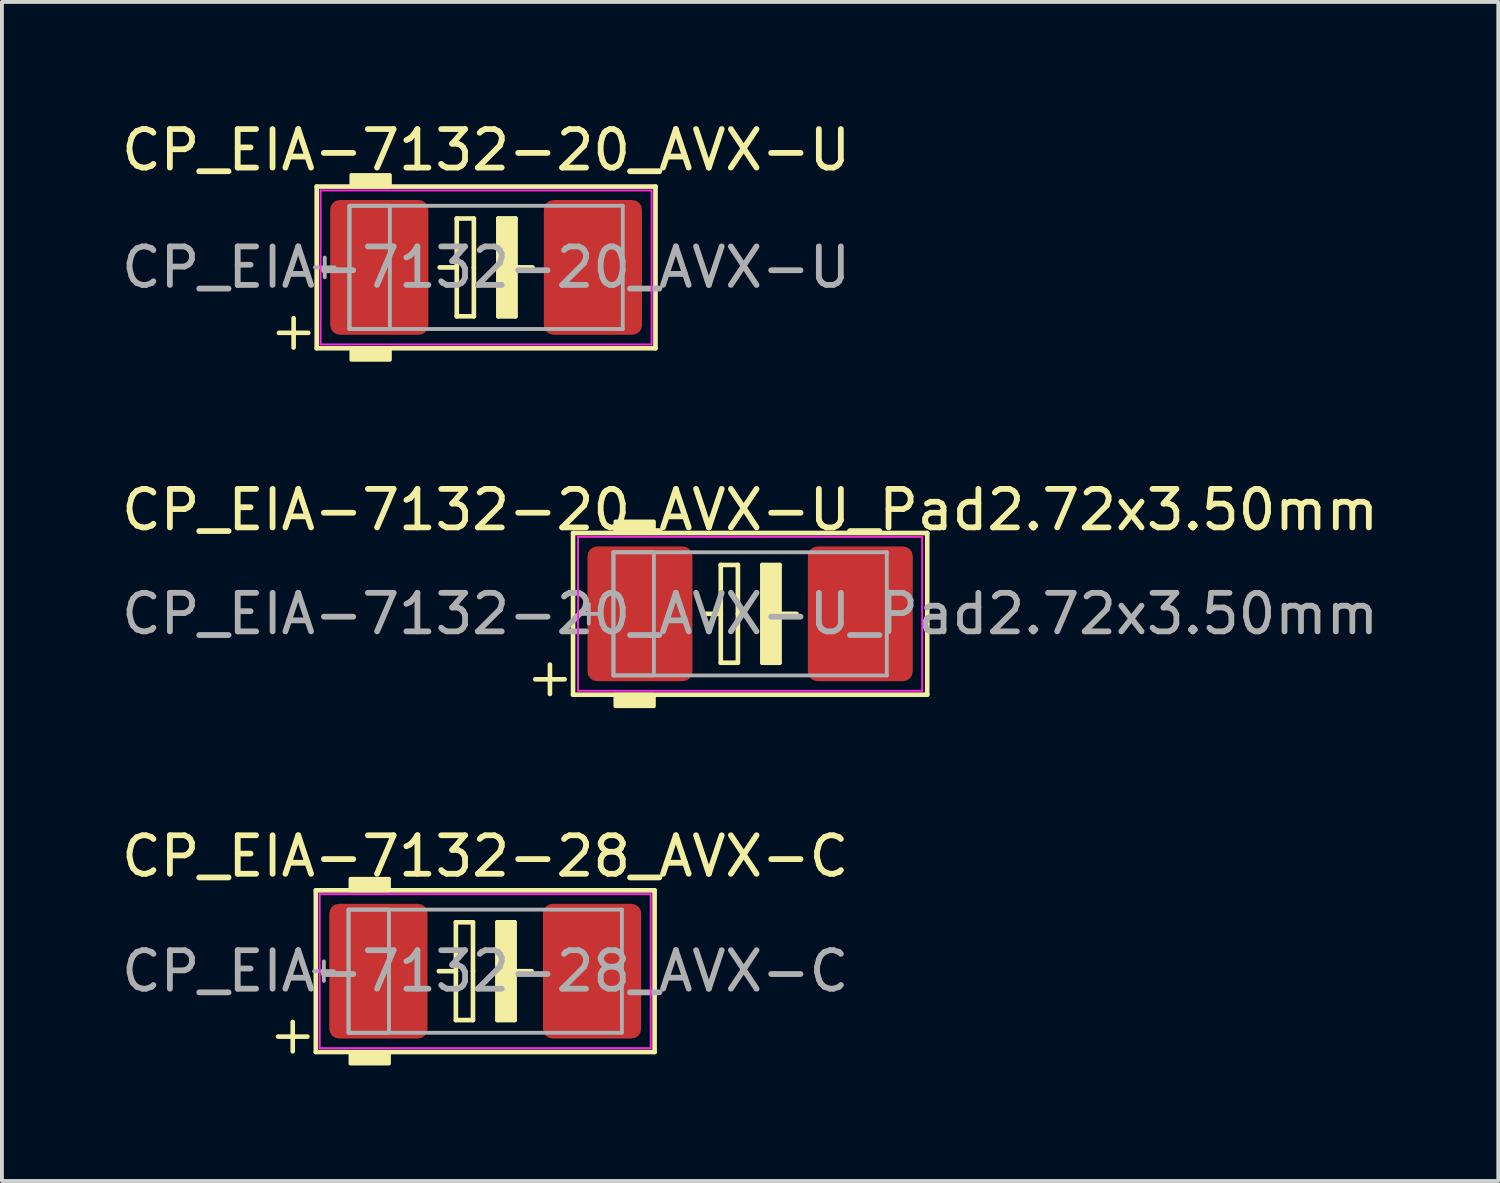
<source format=kicad_pcb>
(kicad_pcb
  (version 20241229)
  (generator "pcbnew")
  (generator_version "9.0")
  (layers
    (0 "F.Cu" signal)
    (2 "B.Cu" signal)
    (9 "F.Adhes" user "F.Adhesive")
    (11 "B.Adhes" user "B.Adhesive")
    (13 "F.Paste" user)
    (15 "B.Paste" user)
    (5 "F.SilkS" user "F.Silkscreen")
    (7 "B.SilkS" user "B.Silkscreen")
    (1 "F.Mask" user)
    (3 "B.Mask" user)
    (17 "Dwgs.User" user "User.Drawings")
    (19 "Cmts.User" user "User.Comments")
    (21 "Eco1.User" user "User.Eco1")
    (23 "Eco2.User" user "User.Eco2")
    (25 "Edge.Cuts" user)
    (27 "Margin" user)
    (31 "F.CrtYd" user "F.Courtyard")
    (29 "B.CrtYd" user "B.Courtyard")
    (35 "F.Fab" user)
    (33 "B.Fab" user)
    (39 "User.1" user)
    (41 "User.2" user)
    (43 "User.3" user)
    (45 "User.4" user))
  (footprint "CP_EIA-7132-20_AVX-U"
    (layer "F.Cu")
    (at 9.577 3.896)
    (property "Reference" "CP_EIA-7132-20_AVX-U" (at 0 -3.048 0) (layer "F.SilkS") (effects (font (size 1 1) (thickness 0.15))))
    (attr smd)
    (fp_line (start -5.381 1.7) (end -4.619 1.7) (stroke (width 0.12) (type solid)) (layer "F.SilkS"))
    (fp_line (start -5 1.319) (end -5 2.081) (stroke (width 0.12) (type solid)) (layer "F.SilkS"))
    (fp_line (start -4.4 -2.1) (end -4.4 2.1) (stroke (width 0.12) (type solid)) (layer "F.SilkS"))
    (fp_line (start -4.4 2.1) (end 4.4 2.1) (stroke (width 0.12) (type solid)) (layer "F.SilkS"))
    (fp_line (start -0.762 -1.27) (end -0.762 0) (stroke (width 0.12) (type solid)) (layer "F.SilkS"))
    (fp_line (start -0.762 0) (end -1.206 0) (stroke (width 0.12) (type solid)) (layer "F.SilkS"))
    (fp_line (start -0.762 1.27) (end -0.762 0) (stroke (width 0.12) (type solid)) (layer "F.SilkS"))
    (fp_line (start -0.318 -1.27) (end -0.762 -1.27) (stroke (width 0.12) (type solid)) (layer "F.SilkS"))
    (fp_line (start -0.318 -1.27) (end -0.318 0) (stroke (width 0.12) (type solid)) (layer "F.SilkS"))
    (fp_line (start -0.318 1.27) (end -0.762 1.27) (stroke (width 0.12) (type solid)) (layer "F.SilkS"))
    (fp_line (start -0.318 1.27) (end -0.318 0) (stroke (width 0.12) (type solid)) (layer "F.SilkS"))
    (fp_line (start 0.318 -1.27) (end 0.318 0) (stroke (width 0.12) (type solid)) (layer "F.SilkS"))
    (fp_line (start 0.318 1.27) (end 0.318 0) (stroke (width 0.12) (type solid)) (layer "F.SilkS"))
    (fp_line (start 0.762 -1.27) (end 0.318 -1.27) (stroke (width 0.12) (type solid)) (layer "F.SilkS"))
    (fp_line (start 0.762 -1.27) (end 0.762 0) (stroke (width 0.12) (type solid)) (layer "F.SilkS"))
    (fp_line (start 0.762 0) (end 1.206 0) (stroke (width 0.12) (type solid)) (layer "F.SilkS"))
    (fp_line (start 0.762 1.27) (end 0.318 1.27) (stroke (width 0.12) (type solid)) (layer "F.SilkS"))
    (fp_line (start 0.762 1.27) (end 0.762 0) (stroke (width 0.12) (type solid)) (layer "F.SilkS"))
    (fp_line (start 4.4 -2.1) (end -4.4 -2.1) (stroke (width 0.12) (type solid)) (layer "F.SilkS"))
    (fp_line (start 4.4 2.1) (end 4.4 -2.1) (stroke (width 0.12) (type solid)) (layer "F.SilkS"))
    (fp_poly (pts (xy -2.5 -2.1) (xy -3.5 -2.1) (xy -3.5 -2.4) (xy -2.5 -2.4)) (stroke (width 0.1) (type solid)) (fill yes) (layer "F.SilkS"))
    (fp_poly (pts (xy -2.5 2.4) (xy -3.5 2.4) (xy -3.5 2.1) (xy -2.5 2.1)) (stroke (width 0.1) (type solid)) (fill yes) (layer "F.SilkS"))
    (fp_poly (pts (xy 0.762 1.27) (xy 0.318 1.27) (xy 0.318 -1.27) (xy 0.762 -1.27)) (stroke (width 0.1) (type solid)) (fill yes) (layer "F.SilkS"))
    (fp_line (start -4.3 -2) (end 4.3 -2) (stroke (width 0.05) (type solid)) (layer "F.CrtYd"))
    (fp_line (start -4.3 2) (end -4.3 -2) (stroke (width 0.05) (type solid)) (layer "F.CrtYd"))
    (fp_line (start 4.3 -2) (end 4.3 2) (stroke (width 0.05) (type solid)) (layer "F.CrtYd"))
    (fp_line (start 4.3 2) (end -4.3 2) (stroke (width 0.05) (type solid)) (layer "F.CrtYd"))
    (fp_line (start -4.191 -0.254) (end -4.191 0.254) (stroke (width 0.1) (type solid)) (layer "F.Fab"))
    (fp_line (start -3.937 0) (end -4.445 0) (stroke (width 0.1) (type solid)) (layer "F.Fab"))
    (fp_line (start -3.55 -1.6) (end -3.55 1.6) (stroke (width 0.1) (type solid)) (layer "F.Fab"))
    (fp_line (start -3.55 1.6) (end 3.55 1.6) (stroke (width 0.1) (type solid)) (layer "F.Fab"))
    (fp_line (start 3.55 -1.6) (end -3.55 -1.6) (stroke (width 0.1) (type solid)) (layer "F.Fab"))
    (fp_line (start 3.55 1.6) (end 3.55 -1.6) (stroke (width 0.1) (type solid)) (layer "F.Fab"))
    (fp_rect (start -3.55 -1.6) (end -2.5 1.6) (stroke (width 0.1) (type solid)) (fill no) (layer "F.Fab"))
    (fp_text user "${REFERENCE}" (at 0 0 0) (layer "F.Fab") (effects (font (size 1 1) (thickness 0.15))))
    (pad "1" smd roundrect (at -2.775 0) (size 2.55 3.5) (layers "F.Cu" "F.Mask" "F.Paste") (roundrect_rratio 0.098))
    (pad "2" smd roundrect (at 2.775 0) (size 2.55 3.5) (layers "F.Cu" "F.Mask" "F.Paste") (roundrect_rratio 0.098)))
  (footprint "CP_EIA-7132-20_AVX-U_Pad2.72x3.50mm"
    (layer "F.Cu")
    (at 16.435 12.895)
    (property "Reference" "CP_EIA-7132-20_AVX-U_Pad2.72x3.50mm" (at 0 -2.7 0) (layer "F.SilkS") (effects (font (size 1 1) (thickness 0.15))))
    (attr smd)
    (fp_line (start -5.581 1.7) (end -4.819 1.7) (stroke (width 0.12) (type solid)) (layer "F.SilkS"))
    (fp_line (start -5.2 1.319) (end -5.2 2.081) (stroke (width 0.12) (type solid)) (layer "F.SilkS"))
    (fp_line (start -4.6 -2.1) (end -4.6 2.1) (stroke (width 0.12) (type solid)) (layer "F.SilkS"))
    (fp_line (start -4.6 2.1) (end 4.6 2.1) (stroke (width 0.12) (type solid)) (layer "F.SilkS"))
    (fp_line (start -0.762 -1.27) (end -0.762 0) (stroke (width 0.12) (type solid)) (layer "F.SilkS"))
    (fp_line (start -0.762 0) (end -1.206 0) (stroke (width 0.12) (type solid)) (layer "F.SilkS"))
    (fp_line (start -0.762 1.27) (end -0.762 0) (stroke (width 0.12) (type solid)) (layer "F.SilkS"))
    (fp_line (start -0.318 -1.27) (end -0.762 -1.27) (stroke (width 0.12) (type solid)) (layer "F.SilkS"))
    (fp_line (start -0.318 -1.27) (end -0.318 0) (stroke (width 0.12) (type solid)) (layer "F.SilkS"))
    (fp_line (start -0.318 1.27) (end -0.762 1.27) (stroke (width 0.12) (type solid)) (layer "F.SilkS"))
    (fp_line (start -0.318 1.27) (end -0.318 0) (stroke (width 0.12) (type solid)) (layer "F.SilkS"))
    (fp_line (start 0.318 -1.27) (end 0.318 0) (stroke (width 0.12) (type solid)) (layer "F.SilkS"))
    (fp_line (start 0.318 1.27) (end 0.318 0) (stroke (width 0.12) (type solid)) (layer "F.SilkS"))
    (fp_line (start 0.762 -1.27) (end 0.318 -1.27) (stroke (width 0.12) (type solid)) (layer "F.SilkS"))
    (fp_line (start 0.762 -1.27) (end 0.762 0) (stroke (width 0.12) (type solid)) (layer "F.SilkS"))
    (fp_line (start 0.762 0) (end 1.206 0) (stroke (width 0.12) (type solid)) (layer "F.SilkS"))
    (fp_line (start 0.762 1.27) (end 0.318 1.27) (stroke (width 0.12) (type solid)) (layer "F.SilkS"))
    (fp_line (start 0.762 1.27) (end 0.762 0) (stroke (width 0.12) (type solid)) (layer "F.SilkS"))
    (fp_line (start 4.6 -2.1) (end -4.6 -2.1) (stroke (width 0.12) (type solid)) (layer "F.SilkS"))
    (fp_line (start 4.6 2.1) (end 4.6 -2.1) (stroke (width 0.12) (type solid)) (layer "F.SilkS"))
    (fp_poly (pts (xy -2.5 -2.1) (xy -3.5 -2.1) (xy -3.5 -2.4) (xy -2.5 -2.4)) (stroke (width 0.1) (type solid)) (fill yes) (layer "F.SilkS"))
    (fp_poly (pts (xy -2.5 2.4) (xy -3.5 2.4) (xy -3.5 2.1) (xy -2.5 2.1)) (stroke (width 0.1) (type solid)) (fill yes) (layer "F.SilkS"))
    (fp_poly (pts (xy 0.762 1.27) (xy 0.318 1.27) (xy 0.318 -1.27) (xy 0.762 -1.27)) (stroke (width 0.1) (type solid)) (fill yes) (layer "F.SilkS"))
    (fp_line (start -4.47 -2) (end 4.47 -2) (stroke (width 0.05) (type solid)) (layer "F.CrtYd"))
    (fp_line (start -4.47 2) (end -4.47 -2) (stroke (width 0.05) (type solid)) (layer "F.CrtYd"))
    (fp_line (start 4.47 -2) (end 4.47 2) (stroke (width 0.05) (type solid)) (layer "F.CrtYd"))
    (fp_line (start 4.47 2) (end -4.47 2) (stroke (width 0.05) (type solid)) (layer "F.CrtYd"))
    (fp_line (start -4.191 -0.254) (end -4.191 0.254) (stroke (width 0.1) (type solid)) (layer "F.Fab"))
    (fp_line (start -3.937 0) (end -4.445 0) (stroke (width 0.1) (type solid)) (layer "F.Fab"))
    (fp_line (start -3.55 -1.6) (end -3.55 1.6) (stroke (width 0.1) (type solid)) (layer "F.Fab"))
    (fp_line (start -3.55 1.6) (end 3.55 1.6) (stroke (width 0.1) (type solid)) (layer "F.Fab"))
    (fp_line (start 3.55 -1.6) (end -3.55 -1.6) (stroke (width 0.1) (type solid)) (layer "F.Fab"))
    (fp_line (start 3.55 1.6) (end 3.55 -1.6) (stroke (width 0.1) (type solid)) (layer "F.Fab"))
    (fp_rect (start -3.55 -1.6) (end -2.5 1.6) (stroke (width 0.1) (type solid)) (fill no) (layer "F.Fab"))
    (fp_text user "${REFERENCE}" (at 0 0 0) (layer "F.Fab") (effects (font (size 1 1) (thickness 0.15))))
    (pad "1" smd roundrect (at -2.862 0) (size 2.725 3.5) (layers "F.Cu" "F.Mask" "F.Paste") (roundrect_rratio 0.092))
    (pad "2" smd roundrect (at 2.862 0) (size 2.725 3.5) (layers "F.Cu" "F.Mask" "F.Paste") (roundrect_rratio 0.092)))
  (footprint "CP_EIA-7132-28_AVX-C"
    (layer "F.Cu")
    (at 9.554 22.177)
    (property "Reference" "CP_EIA-7132-28_AVX-C" (at 0 -2.985 0) (layer "F.SilkS") (effects (font (size 1 1) (thickness 0.15))))
    (attr smd)
    (fp_line (start -5.381 1.7) (end -4.619 1.7) (stroke (width 0.12) (type solid)) (layer "F.SilkS"))
    (fp_line (start -5 1.319) (end -5 2.081) (stroke (width 0.12) (type solid)) (layer "F.SilkS"))
    (fp_line (start -4.4 -2.1) (end -4.4 2.1) (stroke (width 0.12) (type solid)) (layer "F.SilkS"))
    (fp_line (start -4.4 2.1) (end 4.4 2.1) (stroke (width 0.12) (type solid)) (layer "F.SilkS"))
    (fp_line (start -0.762 -1.27) (end -0.762 0) (stroke (width 0.12) (type solid)) (layer "F.SilkS"))
    (fp_line (start -0.762 0) (end -1.206 0) (stroke (width 0.12) (type solid)) (layer "F.SilkS"))
    (fp_line (start -0.762 1.27) (end -0.762 0) (stroke (width 0.12) (type solid)) (layer "F.SilkS"))
    (fp_line (start -0.318 -1.27) (end -0.762 -1.27) (stroke (width 0.12) (type solid)) (layer "F.SilkS"))
    (fp_line (start -0.318 -1.27) (end -0.318 0) (stroke (width 0.12) (type solid)) (layer "F.SilkS"))
    (fp_line (start -0.318 1.27) (end -0.762 1.27) (stroke (width 0.12) (type solid)) (layer "F.SilkS"))
    (fp_line (start -0.318 1.27) (end -0.318 0) (stroke (width 0.12) (type solid)) (layer "F.SilkS"))
    (fp_line (start 0.318 -1.27) (end 0.318 0) (stroke (width 0.12) (type solid)) (layer "F.SilkS"))
    (fp_line (start 0.318 1.27) (end 0.318 0) (stroke (width 0.12) (type solid)) (layer "F.SilkS"))
    (fp_line (start 0.762 -1.27) (end 0.318 -1.27) (stroke (width 0.12) (type solid)) (layer "F.SilkS"))
    (fp_line (start 0.762 -1.27) (end 0.762 0) (stroke (width 0.12) (type solid)) (layer "F.SilkS"))
    (fp_line (start 0.762 0) (end 1.206 0) (stroke (width 0.12) (type solid)) (layer "F.SilkS"))
    (fp_line (start 0.762 1.27) (end 0.318 1.27) (stroke (width 0.12) (type solid)) (layer "F.SilkS"))
    (fp_line (start 0.762 1.27) (end 0.762 0) (stroke (width 0.12) (type solid)) (layer "F.SilkS"))
    (fp_line (start 4.4 -2.1) (end -4.4 -2.1) (stroke (width 0.12) (type solid)) (layer "F.SilkS"))
    (fp_line (start 4.4 2.1) (end 4.4 -2.1) (stroke (width 0.12) (type solid)) (layer "F.SilkS"))
    (fp_poly (pts (xy -2.5 -2.1) (xy -3.5 -2.1) (xy -3.5 -2.4) (xy -2.5 -2.4)) (stroke (width 0.1) (type solid)) (fill yes) (layer "F.SilkS"))
    (fp_poly (pts (xy -2.5 2.4) (xy -3.5 2.4) (xy -3.5 2.1) (xy -2.5 2.1)) (stroke (width 0.1) (type solid)) (fill yes) (layer "F.SilkS"))
    (fp_poly (pts (xy 0.762 1.27) (xy 0.318 1.27) (xy 0.318 -1.27) (xy 0.762 -1.27)) (stroke (width 0.1) (type solid)) (fill yes) (layer "F.SilkS"))
    (fp_line (start -4.3 -2) (end 4.3 -2) (stroke (width 0.05) (type solid)) (layer "F.CrtYd"))
    (fp_line (start -4.3 2) (end -4.3 -2) (stroke (width 0.05) (type solid)) (layer "F.CrtYd"))
    (fp_line (start 4.3 -2) (end 4.3 2) (stroke (width 0.05) (type solid)) (layer "F.CrtYd"))
    (fp_line (start 4.3 2) (end -4.3 2) (stroke (width 0.05) (type solid)) (layer "F.CrtYd"))
    (fp_line (start -4.191 -0.254) (end -4.191 0.254) (stroke (width 0.1) (type solid)) (layer "F.Fab"))
    (fp_line (start -3.937 0) (end -4.445 0) (stroke (width 0.1) (type solid)) (layer "F.Fab"))
    (fp_line (start -3.55 -1.6) (end -3.55 1.6) (stroke (width 0.1) (type solid)) (layer "F.Fab"))
    (fp_line (start -3.55 1.6) (end 3.55 1.6) (stroke (width 0.1) (type solid)) (layer "F.Fab"))
    (fp_line (start 3.55 -1.6) (end -3.55 -1.6) (stroke (width 0.1) (type solid)) (layer "F.Fab"))
    (fp_line (start 3.55 1.6) (end 3.55 -1.6) (stroke (width 0.1) (type solid)) (layer "F.Fab"))
    (fp_rect (start -3.55 -1.6) (end -2.5 1.6) (stroke (width 0.1) (type solid)) (fill no) (layer "F.Fab"))
    (fp_text user "${REFERENCE}" (at 0 0 0) (layer "F.Fab") (effects (font (size 1 1) (thickness 0.15))))
    (pad "1" smd roundrect (at -2.775 0) (size 2.55 3.5) (layers "F.Cu" "F.Mask" "F.Paste") (roundrect_rratio 0.098))
    (pad "2" smd roundrect (at 2.775 0) (size 2.55 3.5) (layers "F.Cu" "F.Mask" "F.Paste") (roundrect_rratio 0.098)))
  (gr_rect
    (start -3 -3)
    (end 35.869 27.627)
    (stroke (width 0.1) (type default))
    (fill no)
    (layer "Edge.Cuts")))
</source>
